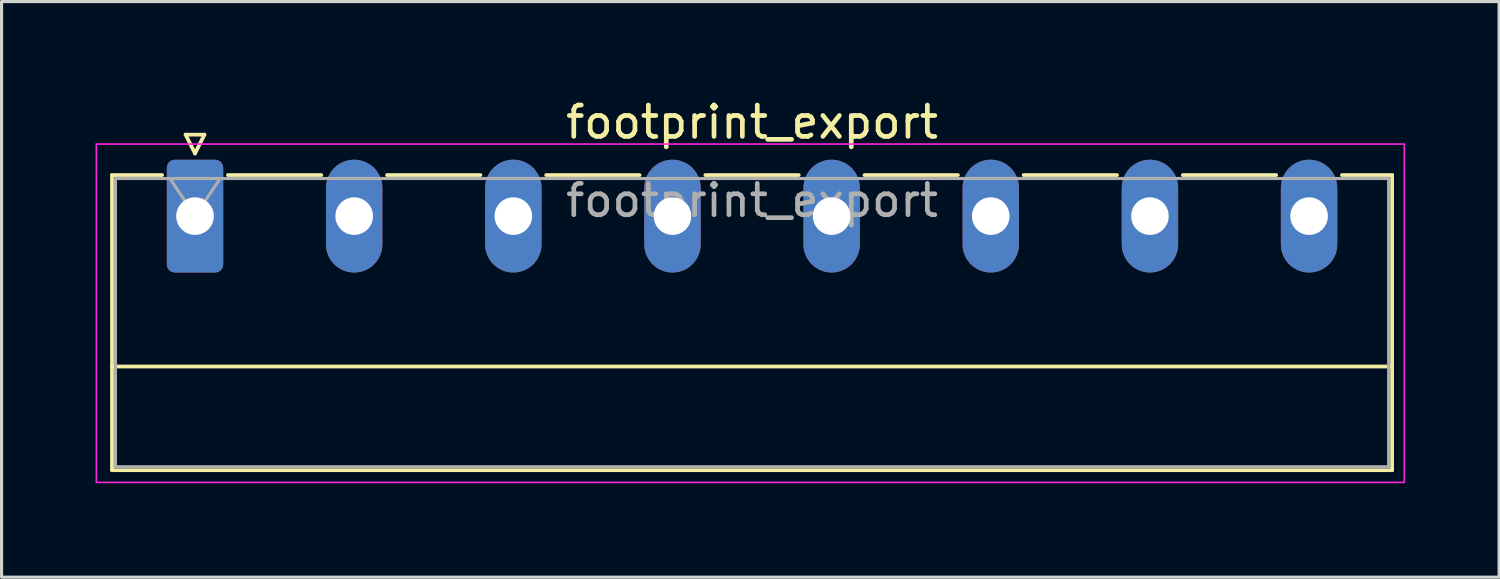
<source format=kicad_pcb>
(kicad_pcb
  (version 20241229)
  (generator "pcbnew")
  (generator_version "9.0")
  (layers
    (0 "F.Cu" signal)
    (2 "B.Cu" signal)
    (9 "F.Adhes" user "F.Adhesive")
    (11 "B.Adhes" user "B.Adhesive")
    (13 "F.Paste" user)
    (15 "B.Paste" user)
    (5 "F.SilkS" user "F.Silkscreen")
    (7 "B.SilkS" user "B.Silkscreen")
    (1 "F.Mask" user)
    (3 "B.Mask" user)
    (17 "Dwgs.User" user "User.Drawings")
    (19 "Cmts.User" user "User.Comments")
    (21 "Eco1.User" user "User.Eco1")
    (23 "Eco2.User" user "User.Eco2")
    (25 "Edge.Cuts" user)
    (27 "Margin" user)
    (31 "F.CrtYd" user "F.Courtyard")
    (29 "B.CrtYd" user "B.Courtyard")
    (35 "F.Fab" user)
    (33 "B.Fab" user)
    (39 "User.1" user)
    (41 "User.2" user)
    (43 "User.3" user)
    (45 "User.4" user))
  (footprint "footprint_export"
    (layer "F.Cu")
    (at 3.175 3.848)
    (property "Reference" "footprint_export" (at 17.78 -3 0) (layer "F.SilkS") (effects (font (size 1 1) (thickness 0.15))))
    (attr through_hole)
    (fp_line (start -2.65 -1.31) (end -2.65 8.11) (stroke (width 0.12) (type solid)) (layer "F.SilkS"))
    (fp_line (start -2.65 -1.31) (end -1.05 -1.31) (stroke (width 0.12) (type solid)) (layer "F.SilkS"))
    (fp_line (start -2.65 4.8) (end 38.21 4.8) (stroke (width 0.12) (type solid)) (layer "F.SilkS"))
    (fp_line (start -2.65 8.11) (end 38.21 8.11) (stroke (width 0.12) (type solid)) (layer "F.SilkS"))
    (fp_line (start -0.3 -2.6) (end 0.3 -2.6) (stroke (width 0.12) (type solid)) (layer "F.SilkS"))
    (fp_line (start 0 -2) (end -0.3 -2.6) (stroke (width 0.12) (type solid)) (layer "F.SilkS"))
    (fp_line (start 0.3 -2.6) (end 0 -2) (stroke (width 0.12) (type solid)) (layer "F.SilkS"))
    (fp_line (start 1.05 -1.31) (end 4.03 -1.31) (stroke (width 0.12) (type solid)) (layer "F.SilkS"))
    (fp_line (start 6.13 -1.31) (end 9.11 -1.31) (stroke (width 0.12) (type solid)) (layer "F.SilkS"))
    (fp_line (start 11.21 -1.31) (end 14.19 -1.31) (stroke (width 0.12) (type solid)) (layer "F.SilkS"))
    (fp_line (start 16.29 -1.31) (end 19.27 -1.31) (stroke (width 0.12) (type solid)) (layer "F.SilkS"))
    (fp_line (start 21.37 -1.31) (end 24.35 -1.31) (stroke (width 0.12) (type solid)) (layer "F.SilkS"))
    (fp_line (start 26.45 -1.31) (end 29.43 -1.31) (stroke (width 0.12) (type solid)) (layer "F.SilkS"))
    (fp_line (start 31.53 -1.31) (end 34.51 -1.31) (stroke (width 0.12) (type solid)) (layer "F.SilkS"))
    (fp_line (start 38.21 -1.31) (end 36.61 -1.31) (stroke (width 0.12) (type solid)) (layer "F.SilkS"))
    (fp_line (start 38.21 8.11) (end 38.21 -1.31) (stroke (width 0.12) (type solid)) (layer "F.SilkS"))
    (fp_line (start -3.15 -2.3) (end -3.15 8.5) (stroke (width 0.05) (type solid)) (layer "F.CrtYd"))
    (fp_line (start -3.15 8.5) (end 38.6 8.5) (stroke (width 0.05) (type solid)) (layer "F.CrtYd"))
    (fp_line (start 38.6 -2.3) (end -3.15 -2.3) (stroke (width 0.05) (type solid)) (layer "F.CrtYd"))
    (fp_line (start 38.6 8.5) (end 38.6 -2.3) (stroke (width 0.05) (type solid)) (layer "F.CrtYd"))
    (fp_line (start -2.54 -1.2) (end -2.54 8) (stroke (width 0.1) (type solid)) (layer "F.Fab"))
    (fp_line (start -2.54 8) (end 38.1 8) (stroke (width 0.1) (type solid)) (layer "F.Fab"))
    (fp_line (start 0 0) (end -0.8 -1.2) (stroke (width 0.1) (type solid)) (layer "F.Fab"))
    (fp_line (start 0.8 -1.2) (end 0 0) (stroke (width 0.1) (type solid)) (layer "F.Fab"))
    (fp_line (start 38.1 -1.2) (end -2.54 -1.2) (stroke (width 0.1) (type solid)) (layer "F.Fab"))
    (fp_line (start 38.1 8) (end 38.1 -1.2) (stroke (width 0.1) (type solid)) (layer "F.Fab"))
    (fp_text user "${REFERENCE}" (at 17.78 -0.5 0) (layer "F.Fab") (effects (font (size 1 1) (thickness 0.15))))
    (pad "1" thru_hole roundrect (at 0 0) (size 1.8 3.6) (drill 1.2) (layers "*.Cu" "*.Mask") (roundrect_rratio 0.139))
    (pad "2" thru_hole oval (at 5.08 0) (size 1.8 3.6) (drill 1.2) (layers "*.Cu" "*.Mask"))
    (pad "3" thru_hole oval (at 10.16 0) (size 1.8 3.6) (drill 1.2) (layers "*.Cu" "*.Mask"))
    (pad "4" thru_hole oval (at 15.24 0) (size 1.8 3.6) (drill 1.2) (layers "*.Cu" "*.Mask"))
    (pad "5" thru_hole oval (at 20.32 0) (size 1.8 3.6) (drill 1.2) (layers "*.Cu" "*.Mask"))
    (pad "6" thru_hole oval (at 25.4 0) (size 1.8 3.6) (drill 1.2) (layers "*.Cu" "*.Mask"))
    (pad "7" thru_hole oval (at 30.48 0) (size 1.8 3.6) (drill 1.2) (layers "*.Cu" "*.Mask"))
    (pad "8" thru_hole oval (at 35.56 0) (size 1.8 3.6) (drill 1.2) (layers "*.Cu" "*.Mask")))
  (gr_rect
    (start -3 -3)
    (end 44.8 15.373)
    (stroke (width 0.1) (type default))
    (fill no)
    (layer "Edge.Cuts")))
</source>
